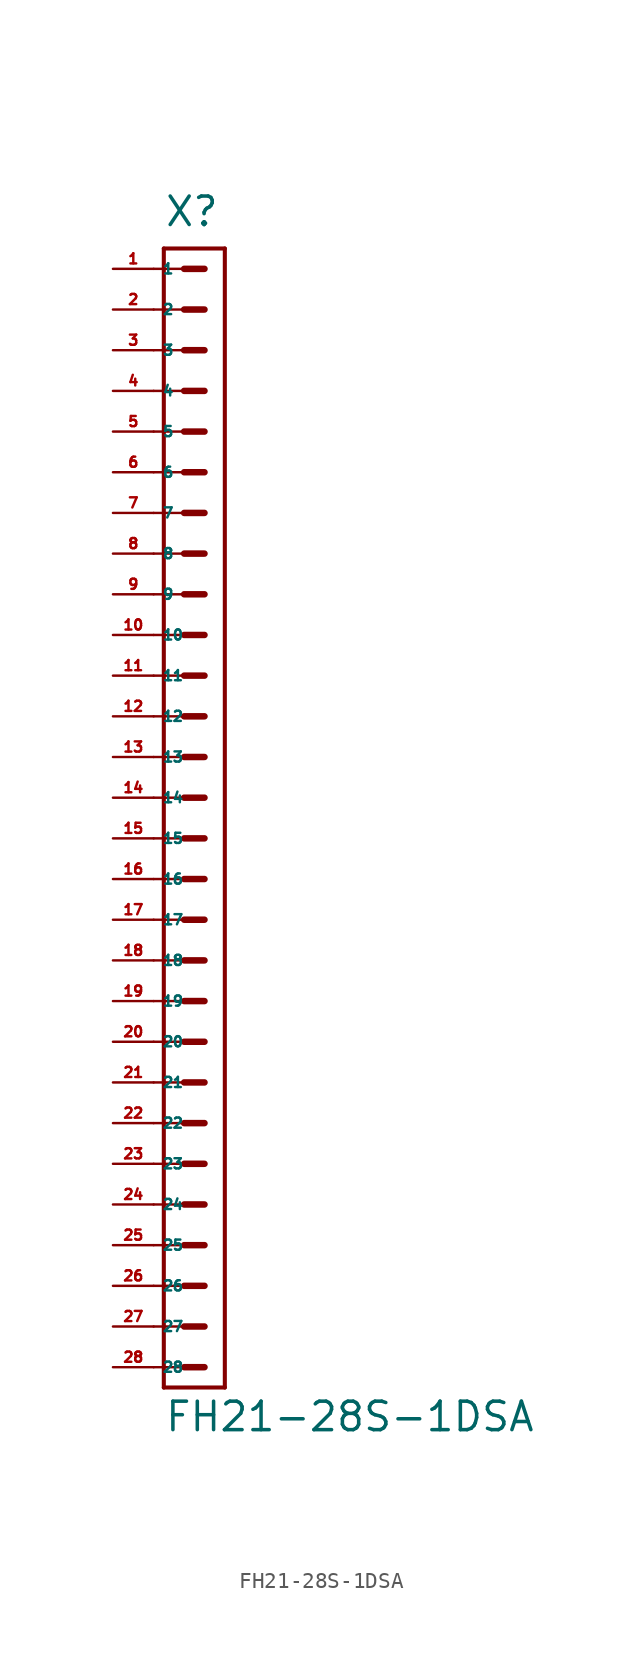
<source format=kicad_sym>
(kicad_symbol_lib
  (version 20220914)
  (generator Eagle2Kicad)
  (symbol "FH21-28S-1DSA"
    (property "Reference" "X"
      (at -1.905 35.56 0)
      (effects (font (size 1.778 1.778) (thickness 0.22)) (justify left bottom)))
    (property "Value" "FH21-28S-1DSA"
      (at -1.905 -39.688 0)
      (effects (font (size 1.778 1.778) (thickness 0.22)) (justify left bottom)))
    (polyline
      (pts (xy 1.905 34.29) (xy -1.905 34.29))
      (stroke (width 0.254) (type default))
      (fill (type none)))
    (polyline
      (pts (xy -1.905 -36.83) (xy -1.905 34.29))
      (stroke (width 0.254) (type default))
      (fill (type none)))
    (polyline
      (pts (xy -1.905 -36.83) (xy 1.905 -36.83))
      (stroke (width 0.254) (type default))
      (fill (type none)))
    (polyline
      (pts (xy 1.905 34.29) (xy 1.905 -36.83))
      (stroke (width 0.254) (type default))
      (fill (type none)))
    (polyline
      (pts (xy -2.54 33.02) (xy -0.635 33.02))
      (stroke (width 0.152) (type default))
      (fill (type none)))
    (polyline
      (pts (xy -2.54 30.48) (xy -0.635 30.48))
      (stroke (width 0.152) (type default))
      (fill (type none)))
    (polyline
      (pts (xy -2.54 27.94) (xy -0.635 27.94))
      (stroke (width 0.152) (type default))
      (fill (type none)))
    (polyline
      (pts (xy -2.54 25.4) (xy -0.635 25.4))
      (stroke (width 0.152) (type default))
      (fill (type none)))
    (polyline
      (pts (xy -2.54 22.86) (xy -0.635 22.86))
      (stroke (width 0.152) (type default))
      (fill (type none)))
    (polyline
      (pts (xy -2.54 20.32) (xy -0.635 20.32))
      (stroke (width 0.152) (type default))
      (fill (type none)))
    (polyline
      (pts (xy -0.635 33.02) (xy 0.635 33.02))
      (stroke (width 0.406) (type default))
      (fill (type none)))
    (polyline
      (pts (xy -0.635 30.48) (xy 0.635 30.48))
      (stroke (width 0.406) (type default))
      (fill (type none)))
    (polyline
      (pts (xy -0.635 27.94) (xy 0.635 27.94))
      (stroke (width 0.406) (type default))
      (fill (type none)))
    (polyline
      (pts (xy -0.635 25.4) (xy 0.635 25.4))
      (stroke (width 0.406) (type default))
      (fill (type none)))
    (polyline
      (pts (xy -0.635 22.86) (xy 0.635 22.86))
      (stroke (width 0.406) (type default))
      (fill (type none)))
    (polyline
      (pts (xy -0.635 20.32) (xy 0.635 20.32))
      (stroke (width 0.406) (type default))
      (fill (type none)))
    (polyline
      (pts (xy -2.54 17.78) (xy -0.635 17.78))
      (stroke (width 0.152) (type default))
      (fill (type none)))
    (polyline
      (pts (xy -2.54 15.24) (xy -0.635 15.24))
      (stroke (width 0.152) (type default))
      (fill (type none)))
    (polyline
      (pts (xy -0.635 17.78) (xy 0.635 17.78))
      (stroke (width 0.406) (type default))
      (fill (type none)))
    (polyline
      (pts (xy -0.635 15.24) (xy 0.635 15.24))
      (stroke (width 0.406) (type default))
      (fill (type none)))
    (polyline
      (pts (xy -2.54 12.7) (xy -0.635 12.7))
      (stroke (width 0.152) (type default))
      (fill (type none)))
    (polyline
      (pts (xy -2.54 10.16) (xy -0.635 10.16))
      (stroke (width 0.152) (type default))
      (fill (type none)))
    (polyline
      (pts (xy -0.635 12.7) (xy 0.635 12.7))
      (stroke (width 0.406) (type default))
      (fill (type none)))
    (polyline
      (pts (xy -0.635 10.16) (xy 0.635 10.16))
      (stroke (width 0.406) (type default))
      (fill (type none)))
    (polyline
      (pts (xy -2.54 7.62) (xy -0.635 7.62))
      (stroke (width 0.152) (type default))
      (fill (type none)))
    (polyline
      (pts (xy -2.54 5.08) (xy -0.635 5.08))
      (stroke (width 0.152) (type default))
      (fill (type none)))
    (polyline
      (pts (xy -0.635 7.62) (xy 0.635 7.62))
      (stroke (width 0.406) (type default))
      (fill (type none)))
    (polyline
      (pts (xy -0.635 5.08) (xy 0.635 5.08))
      (stroke (width 0.406) (type default))
      (fill (type none)))
    (polyline
      (pts (xy -2.54 2.54) (xy -0.635 2.54))
      (stroke (width 0.152) (type default))
      (fill (type none)))
    (polyline
      (pts (xy -2.54 0) (xy -0.635 0))
      (stroke (width 0.152) (type default))
      (fill (type none)))
    (polyline
      (pts (xy -0.635 2.54) (xy 0.635 2.54))
      (stroke (width 0.406) (type default))
      (fill (type none)))
    (polyline
      (pts (xy -0.635 0) (xy 0.635 0))
      (stroke (width 0.406) (type default))
      (fill (type none)))
    (polyline
      (pts (xy -2.54 -2.54) (xy -0.635 -2.54))
      (stroke (width 0.152) (type default))
      (fill (type none)))
    (polyline
      (pts (xy -2.54 -5.08) (xy -0.635 -5.08))
      (stroke (width 0.152) (type default))
      (fill (type none)))
    (polyline
      (pts (xy -0.635 -2.54) (xy 0.635 -2.54))
      (stroke (width 0.406) (type default))
      (fill (type none)))
    (polyline
      (pts (xy -0.635 -5.08) (xy 0.635 -5.08))
      (stroke (width 0.406) (type default))
      (fill (type none)))
    (polyline
      (pts (xy -2.54 -7.62) (xy -0.635 -7.62))
      (stroke (width 0.152) (type default))
      (fill (type none)))
    (polyline
      (pts (xy -2.54 -10.16) (xy -0.635 -10.16))
      (stroke (width 0.152) (type default))
      (fill (type none)))
    (polyline
      (pts (xy -0.635 -7.62) (xy 0.635 -7.62))
      (stroke (width 0.406) (type default))
      (fill (type none)))
    (polyline
      (pts (xy -0.635 -10.16) (xy 0.635 -10.16))
      (stroke (width 0.406) (type default))
      (fill (type none)))
    (polyline
      (pts (xy -2.54 -12.7) (xy -0.635 -12.7))
      (stroke (width 0.152) (type default))
      (fill (type none)))
    (polyline
      (pts (xy -2.54 -15.24) (xy -0.635 -15.24))
      (stroke (width 0.152) (type default))
      (fill (type none)))
    (polyline
      (pts (xy -0.635 -12.7) (xy 0.635 -12.7))
      (stroke (width 0.406) (type default))
      (fill (type none)))
    (polyline
      (pts (xy -0.635 -15.24) (xy 0.635 -15.24))
      (stroke (width 0.406) (type default))
      (fill (type none)))
    (polyline
      (pts (xy -0.635 -17.78) (xy 0.635 -17.78))
      (stroke (width 0.406) (type default))
      (fill (type none)))
    (polyline
      (pts (xy -0.635 -20.32) (xy 0.635 -20.32))
      (stroke (width 0.406) (type default))
      (fill (type none)))
    (polyline
      (pts (xy -2.54 -17.78) (xy -0.635 -17.78))
      (stroke (width 0.152) (type default))
      (fill (type none)))
    (polyline
      (pts (xy -2.54 -20.32) (xy -0.635 -20.32))
      (stroke (width 0.152) (type default))
      (fill (type none)))
    (polyline
      (pts (xy -2.54 -22.86) (xy -0.635 -22.86))
      (stroke (width 0.152) (type default))
      (fill (type none)))
    (polyline
      (pts (xy -2.54 -25.4) (xy -0.635 -25.4))
      (stroke (width 0.152) (type default))
      (fill (type none)))
    (polyline
      (pts (xy -0.635 -22.86) (xy 0.635 -22.86))
      (stroke (width 0.406) (type default))
      (fill (type none)))
    (polyline
      (pts (xy -0.635 -25.4) (xy 0.635 -25.4))
      (stroke (width 0.406) (type default))
      (fill (type none)))
    (polyline
      (pts (xy -2.54 -27.94) (xy -0.635 -27.94))
      (stroke (width 0.152) (type default))
      (fill (type none)))
    (polyline
      (pts (xy -2.54 -30.48) (xy -0.635 -30.48))
      (stroke (width 0.152) (type default))
      (fill (type none)))
    (polyline
      (pts (xy -0.635 -27.94) (xy 0.635 -27.94))
      (stroke (width 0.406) (type default))
      (fill (type none)))
    (polyline
      (pts (xy -0.635 -30.48) (xy 0.635 -30.48))
      (stroke (width 0.406) (type default))
      (fill (type none)))
    (polyline
      (pts (xy -2.54 -33.02) (xy -0.635 -33.02))
      (stroke (width 0.152) (type default))
      (fill (type none)))
    (polyline
      (pts (xy -2.54 -35.56) (xy -0.635 -35.56))
      (stroke (width 0.152) (type default))
      (fill (type none)))
    (polyline
      (pts (xy -0.635 -33.02) (xy 0.635 -33.02))
      (stroke (width 0.406) (type default))
      (fill (type none)))
    (polyline
      (pts (xy -0.635 -35.56) (xy 0.635 -35.56))
      (stroke (width 0.406) (type default))
      (fill (type none)))
    (pin passive line
      (at -5.08 33.02 0)
      (length 2.54)
      (name "1" (effects (font (size 0.635 0.635) (thickness 0.08)) (justify left bottom)))
      (number "1" (effects (font (size 0.635 0.635) (thickness 0.08)) (justify left bottom))))
    (pin passive line
      (at -5.08 30.48 0)
      (length 2.54)
      (name "2" (effects (font (size 0.635 0.635) (thickness 0.08)) (justify left bottom)))
      (number "2" (effects (font (size 0.635 0.635) (thickness 0.08)) (justify left bottom))))
    (pin passive line
      (at -5.08 27.94 0)
      (length 2.54)
      (name "3" (effects (font (size 0.635 0.635) (thickness 0.08)) (justify left bottom)))
      (number "3" (effects (font (size 0.635 0.635) (thickness 0.08)) (justify left bottom))))
    (pin passive line
      (at -5.08 25.4 0)
      (length 2.54)
      (name "4" (effects (font (size 0.635 0.635) (thickness 0.08)) (justify left bottom)))
      (number "4" (effects (font (size 0.635 0.635) (thickness 0.08)) (justify left bottom))))
    (pin passive line
      (at -5.08 22.86 0)
      (length 2.54)
      (name "5" (effects (font (size 0.635 0.635) (thickness 0.08)) (justify left bottom)))
      (number "5" (effects (font (size 0.635 0.635) (thickness 0.08)) (justify left bottom))))
    (pin passive line
      (at -5.08 20.32 0)
      (length 2.54)
      (name "6" (effects (font (size 0.635 0.635) (thickness 0.08)) (justify left bottom)))
      (number "6" (effects (font (size 0.635 0.635) (thickness 0.08)) (justify left bottom))))
    (pin passive line
      (at -5.08 17.78 0)
      (length 2.54)
      (name "7" (effects (font (size 0.635 0.635) (thickness 0.08)) (justify left bottom)))
      (number "7" (effects (font (size 0.635 0.635) (thickness 0.08)) (justify left bottom))))
    (pin passive line
      (at -5.08 15.24 0)
      (length 2.54)
      (name "8" (effects (font (size 0.635 0.635) (thickness 0.08)) (justify left bottom)))
      (number "8" (effects (font (size 0.635 0.635) (thickness 0.08)) (justify left bottom))))
    (pin passive line
      (at -5.08 12.7 0)
      (length 2.54)
      (name "9" (effects (font (size 0.635 0.635) (thickness 0.08)) (justify left bottom)))
      (number "9" (effects (font (size 0.635 0.635) (thickness 0.08)) (justify left bottom))))
    (pin passive line
      (at -5.08 10.16 0)
      (length 2.54)
      (name "10" (effects (font (size 0.635 0.635) (thickness 0.08)) (justify left bottom)))
      (number "10" (effects (font (size 0.635 0.635) (thickness 0.08)) (justify left bottom))))
    (pin passive line
      (at -5.08 7.62 0)
      (length 2.54)
      (name "11" (effects (font (size 0.635 0.635) (thickness 0.08)) (justify left bottom)))
      (number "11" (effects (font (size 0.635 0.635) (thickness 0.08)) (justify left bottom))))
    (pin passive line
      (at -5.08 5.08 0)
      (length 2.54)
      (name "12" (effects (font (size 0.635 0.635) (thickness 0.08)) (justify left bottom)))
      (number "12" (effects (font (size 0.635 0.635) (thickness 0.08)) (justify left bottom))))
    (pin passive line
      (at -5.08 2.54 0)
      (length 2.54)
      (name "13" (effects (font (size 0.635 0.635) (thickness 0.08)) (justify left bottom)))
      (number "13" (effects (font (size 0.635 0.635) (thickness 0.08)) (justify left bottom))))
    (pin passive line
      (at -5.08 0 0)
      (length 2.54)
      (name "14" (effects (font (size 0.635 0.635) (thickness 0.08)) (justify left bottom)))
      (number "14" (effects (font (size 0.635 0.635) (thickness 0.08)) (justify left bottom))))
    (pin passive line
      (at -5.08 -2.54 0)
      (length 2.54)
      (name "15" (effects (font (size 0.635 0.635) (thickness 0.08)) (justify left bottom)))
      (number "15" (effects (font (size 0.635 0.635) (thickness 0.08)) (justify left bottom))))
    (pin passive line
      (at -5.08 -5.08 0)
      (length 2.54)
      (name "16" (effects (font (size 0.635 0.635) (thickness 0.08)) (justify left bottom)))
      (number "16" (effects (font (size 0.635 0.635) (thickness 0.08)) (justify left bottom))))
    (pin passive line
      (at -5.08 -7.62 0)
      (length 2.54)
      (name "17" (effects (font (size 0.635 0.635) (thickness 0.08)) (justify left bottom)))
      (number "17" (effects (font (size 0.635 0.635) (thickness 0.08)) (justify left bottom))))
    (pin passive line
      (at -5.08 -10.16 0)
      (length 2.54)
      (name "18" (effects (font (size 0.635 0.635) (thickness 0.08)) (justify left bottom)))
      (number "18" (effects (font (size 0.635 0.635) (thickness 0.08)) (justify left bottom))))
    (pin passive line
      (at -5.08 -12.7 0)
      (length 2.54)
      (name "19" (effects (font (size 0.635 0.635) (thickness 0.08)) (justify left bottom)))
      (number "19" (effects (font (size 0.635 0.635) (thickness 0.08)) (justify left bottom))))
    (pin passive line
      (at -5.08 -15.24 0)
      (length 2.54)
      (name "20" (effects (font (size 0.635 0.635) (thickness 0.08)) (justify left bottom)))
      (number "20" (effects (font (size 0.635 0.635) (thickness 0.08)) (justify left bottom))))
    (pin passive line
      (at -5.08 -17.78 0)
      (length 2.54)
      (name "21" (effects (font (size 0.635 0.635) (thickness 0.08)) (justify left bottom)))
      (number "21" (effects (font (size 0.635 0.635) (thickness 0.08)) (justify left bottom))))
    (pin passive line
      (at -5.08 -20.32 0)
      (length 2.54)
      (name "22" (effects (font (size 0.635 0.635) (thickness 0.08)) (justify left bottom)))
      (number "22" (effects (font (size 0.635 0.635) (thickness 0.08)) (justify left bottom))))
    (pin passive line
      (at -5.08 -22.86 0)
      (length 2.54)
      (name "23" (effects (font (size 0.635 0.635) (thickness 0.08)) (justify left bottom)))
      (number "23" (effects (font (size 0.635 0.635) (thickness 0.08)) (justify left bottom))))
    (pin passive line
      (at -5.08 -25.4 0)
      (length 2.54)
      (name "24" (effects (font (size 0.635 0.635) (thickness 0.08)) (justify left bottom)))
      (number "24" (effects (font (size 0.635 0.635) (thickness 0.08)) (justify left bottom))))
    (pin passive line
      (at -5.08 -27.94 0)
      (length 2.54)
      (name "25" (effects (font (size 0.635 0.635) (thickness 0.08)) (justify left bottom)))
      (number "25" (effects (font (size 0.635 0.635) (thickness 0.08)) (justify left bottom))))
    (pin passive line
      (at -5.08 -30.48 0)
      (length 2.54)
      (name "26" (effects (font (size 0.635 0.635) (thickness 0.08)) (justify left bottom)))
      (number "26" (effects (font (size 0.635 0.635) (thickness 0.08)) (justify left bottom))))
    (pin passive line
      (at -5.08 -33.02 0)
      (length 2.54)
      (name "27" (effects (font (size 0.635 0.635) (thickness 0.08)) (justify left bottom)))
      (number "27" (effects (font (size 0.635 0.635) (thickness 0.08)) (justify left bottom))))
    (pin passive line
      (at -5.08 -35.56 0)
      (length 2.54)
      (name "28" (effects (font (size 0.635 0.635) (thickness 0.08)) (justify left bottom)))
      (number "28" (effects (font (size 0.635 0.635) (thickness 0.08)) (justify left bottom))))))
</source>
